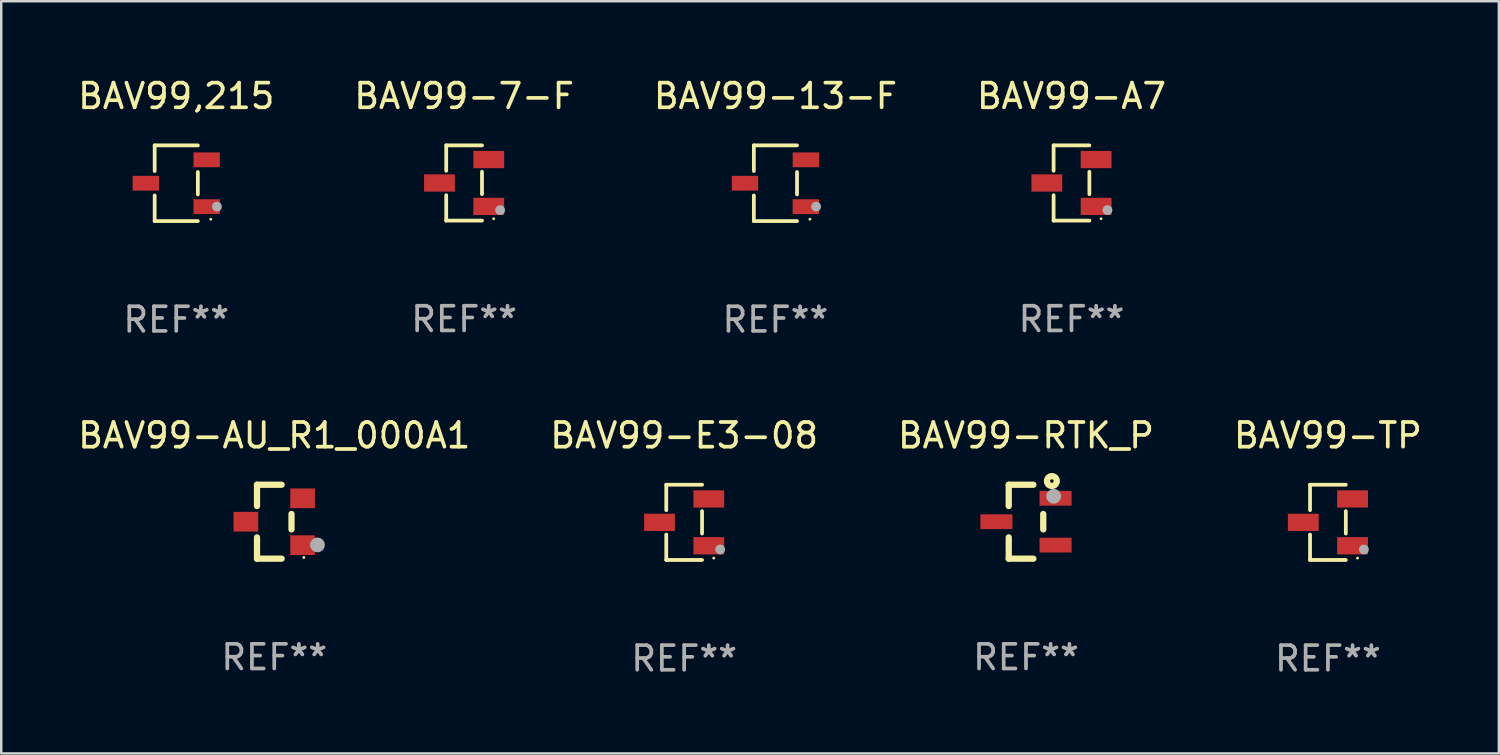
<source format=kicad_pcb>
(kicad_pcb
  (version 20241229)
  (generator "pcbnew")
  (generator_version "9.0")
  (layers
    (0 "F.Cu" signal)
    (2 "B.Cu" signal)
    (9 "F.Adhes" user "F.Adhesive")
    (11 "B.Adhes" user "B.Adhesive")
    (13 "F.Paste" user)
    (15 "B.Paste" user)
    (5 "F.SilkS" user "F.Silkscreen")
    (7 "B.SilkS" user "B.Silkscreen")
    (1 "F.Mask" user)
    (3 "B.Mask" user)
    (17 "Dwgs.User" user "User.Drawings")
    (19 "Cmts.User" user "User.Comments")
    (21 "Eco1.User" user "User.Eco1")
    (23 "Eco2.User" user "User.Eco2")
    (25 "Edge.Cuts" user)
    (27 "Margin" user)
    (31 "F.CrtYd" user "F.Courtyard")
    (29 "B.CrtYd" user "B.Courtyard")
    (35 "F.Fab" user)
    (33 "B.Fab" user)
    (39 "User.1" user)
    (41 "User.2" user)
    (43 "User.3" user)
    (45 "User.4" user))
  (footprint "BAV99-13-F"
    (layer "F.Cu")
    (at 28.411 4.384)
    (property "Reference" "BAV99-13-F" (at 0 -3.536 0) (layer "F.SilkS") (effects (font (size 1 1) (thickness 0.15))))
    (attr through_hole)
    (fp_line (start -0.876 -1.536) (end -0.876 -0.495) (stroke (width 0.152) (type solid)) (layer "F.SilkS"))
    (fp_line (start -0.876 1.536) (end -0.876 0.495) (stroke (width 0.152) (type solid)) (layer "F.SilkS"))
    (fp_line (start 0.876 -1.536) (end -0.876 -1.536) (stroke (width 0.152) (type solid)) (layer "F.SilkS"))
    (fp_line (start 0.876 -0.455) (end 0.876 0.455) (stroke (width 0.152) (type solid)) (layer "F.SilkS"))
    (fp_line (start 0.876 1.536) (end -0.876 1.536) (stroke (width 0.152) (type solid)) (layer "F.SilkS"))
    (fp_circle (center 1.4 1.46) (end 1.43 1.46) (stroke (width 0.06) (type solid)) (fill no) (layer "F.SilkS"))
    (fp_circle (center 1.651 0.95) (end 1.751 0.95) (stroke (width 0.2) (type solid)) (fill no) (layer "F.Fab"))
    (fp_text user "REF**" (at 0 5.536 0) (layer "F.Fab") (effects (font (size 1 1) (thickness 0.15))))
    (pad "1" smd rect (at 1.235 0.95) (size 1.07 0.6) (layers "F.Cu" "F.Mask" "F.Paste"))
    (pad "2" smd rect (at 1.235 -0.95) (size 1.07 0.6) (layers "F.Cu" "F.Mask" "F.Paste"))
    (pad "3" smd rect (at -1.235 0) (size 1.07 0.6) (layers "F.Cu" "F.Mask" "F.Paste")))
  (footprint "BAV99-E3-08"
    (layer "F.Cu")
    (at 24.708 18.143)
    (property "Reference" "BAV99-E3-08" (at 0 -3.526 0) (layer "F.SilkS") (effects (font (size 1 1) (thickness 0.15))))
    (attr through_hole)
    (fp_line (start -0.726 -1.526) (end -0.726 -0.495) (stroke (width 0.152) (type solid)) (layer "F.SilkS"))
    (fp_line (start -0.726 1.526) (end -0.726 0.495) (stroke (width 0.152) (type solid)) (layer "F.SilkS"))
    (fp_line (start 0.726 -1.526) (end -0.726 -1.526) (stroke (width 0.152) (type solid)) (layer "F.SilkS"))
    (fp_line (start 0.726 -0.455) (end 0.726 0.455) (stroke (width 0.152) (type solid)) (layer "F.SilkS"))
    (fp_line (start 0.726 1.526) (end -0.726 1.526) (stroke (width 0.152) (type solid)) (layer "F.SilkS"))
    (fp_circle (center 1.2 1.45) (end 1.23 1.45) (stroke (width 0.06) (type solid)) (fill no) (layer "F.SilkS"))
    (fp_circle (center 1.46 1.1) (end 1.56 1.1) (stroke (width 0.2) (type solid)) (fill no) (layer "F.Fab"))
    (fp_text user "REF**" (at 0 5.526 0) (layer "F.Fab") (effects (font (size 1 1) (thickness 0.15))))
    (pad "1" smd rect (at 1 0.95) (size 1.25 0.7) (layers "F.Cu" "F.Mask" "F.Paste"))
    (pad "2" smd rect (at 1 -0.95) (size 1.25 0.7) (layers "F.Cu" "F.Mask" "F.Paste"))
    (pad "3" smd rect (at -1 0) (size 1.25 0.7) (layers "F.Cu" "F.Mask" "F.Paste")))
  (footprint "BAV99-TP"
    (layer "F.Cu")
    (at 50.827 18.143)
    (property "Reference" "BAV99-TP" (at 0 -3.526 0) (layer "F.SilkS") (effects (font (size 1 1) (thickness 0.15))))
    (attr through_hole)
    (fp_line (start -0.726 -1.526) (end -0.726 -0.495) (stroke (width 0.152) (type solid)) (layer "F.SilkS"))
    (fp_line (start -0.726 1.526) (end -0.726 0.495) (stroke (width 0.152) (type solid)) (layer "F.SilkS"))
    (fp_line (start 0.726 -1.526) (end -0.726 -1.526) (stroke (width 0.152) (type solid)) (layer "F.SilkS"))
    (fp_line (start 0.726 -0.455) (end 0.726 0.455) (stroke (width 0.152) (type solid)) (layer "F.SilkS"))
    (fp_line (start 0.726 1.526) (end -0.726 1.526) (stroke (width 0.152) (type solid)) (layer "F.SilkS"))
    (fp_circle (center 1.2 1.45) (end 1.23 1.45) (stroke (width 0.06) (type solid)) (fill no) (layer "F.SilkS"))
    (fp_circle (center 1.46 1.1) (end 1.56 1.1) (stroke (width 0.2) (type solid)) (fill no) (layer "F.Fab"))
    (fp_text user "REF**" (at 0 5.526 0) (layer "F.Fab") (effects (font (size 1 1) (thickness 0.15))))
    (pad "1" smd rect (at 1 0.95) (size 1.25 0.7) (layers "F.Cu" "F.Mask" "F.Paste"))
    (pad "2" smd rect (at 1 -0.95) (size 1.25 0.7) (layers "F.Cu" "F.Mask" "F.Paste"))
    (pad "3" smd rect (at -1 0) (size 1.25 0.7) (layers "F.Cu" "F.Mask" "F.Paste")))
  (footprint "BAV99,215"
    (layer "F.Cu")
    (at 4.101 4.384)
    (property "Reference" "BAV99,215" (at 0 -3.536 0) (layer "F.SilkS") (effects (font (size 1 1) (thickness 0.15))))
    (attr through_hole)
    (fp_line (start -0.876 -1.536) (end -0.876 -0.495) (stroke (width 0.152) (type solid)) (layer "F.SilkS"))
    (fp_line (start -0.876 1.536) (end -0.876 0.495) (stroke (width 0.152) (type solid)) (layer "F.SilkS"))
    (fp_line (start 0.876 -1.536) (end -0.876 -1.536) (stroke (width 0.152) (type solid)) (layer "F.SilkS"))
    (fp_line (start 0.876 -0.455) (end 0.876 0.455) (stroke (width 0.152) (type solid)) (layer "F.SilkS"))
    (fp_line (start 0.876 1.536) (end -0.876 1.536) (stroke (width 0.152) (type solid)) (layer "F.SilkS"))
    (fp_circle (center 1.4 1.46) (end 1.43 1.46) (stroke (width 0.06) (type solid)) (fill no) (layer "F.SilkS"))
    (fp_circle (center 1.651 0.95) (end 1.751 0.95) (stroke (width 0.2) (type solid)) (fill no) (layer "F.Fab"))
    (fp_text user "REF**" (at 0 5.536 0) (layer "F.Fab") (effects (font (size 1 1) (thickness 0.15))))
    (pad "1" smd rect (at 1.235 0.95) (size 1.07 0.6) (layers "F.Cu" "F.Mask" "F.Paste"))
    (pad "2" smd rect (at 1.235 -0.95) (size 1.07 0.6) (layers "F.Cu" "F.Mask" "F.Paste"))
    (pad "3" smd rect (at -1.235 0) (size 1.07 0.6) (layers "F.Cu" "F.Mask" "F.Paste")))
  (footprint "BAV99-AU_R1_000A1"
    (layer "F.Cu")
    (at 8.077 18.117)
    (property "Reference" "BAV99-AU_R1_000A1" (at 0 -3.5 0) (layer "F.SilkS") (effects (font (size 1 1) (thickness 0.15))))
    (attr through_hole)
    (fp_line (start -0.7 -1.5) (end 0.3 -1.5) (stroke (width 0.254) (type solid)) (layer "F.SilkS"))
    (fp_line (start -0.7 -0.636) (end -0.7 -1.5) (stroke (width 0.254) (type solid)) (layer "F.SilkS"))
    (fp_line (start -0.7 1.5) (end -0.7 0.636) (stroke (width 0.254) (type solid)) (layer "F.SilkS"))
    (fp_line (start -0.7 1.5) (end 0.3 1.5) (stroke (width 0.254) (type solid)) (layer "F.SilkS"))
    (fp_line (start 0.7 0.314) (end 0.7 -0.314) (stroke (width 0.254) (type solid)) (layer "F.SilkS"))
    (fp_circle (center 1.2 1.45) (end 1.23 1.45) (stroke (width 0.06) (type solid)) (fill no) (layer "F.SilkS"))
    (fp_circle (center 1.753 0.94) (end 1.903 0.94) (stroke (width 0.3) (type solid)) (fill no) (layer "F.Fab"))
    (fp_text user "REF**" (at 0 5.5 0) (layer "F.Fab") (effects (font (size 1 1) (thickness 0.15))))
    (pad "1" smd rect (at 1.15 0.95 180) (size 1 0.8) (layers "F.Cu" "F.Mask" "F.Paste"))
    (pad "2" smd rect (at 1.15 -0.95 180) (size 1 0.8) (layers "F.Cu" "F.Mask" "F.Paste"))
    (pad "3" smd rect (at -1.15 -0.000051 180) (size 1 0.8) (layers "F.Cu" "F.Mask" "F.Paste")))
  (footprint "BAV99-A7"
    (layer "F.Cu")
    (at 40.423 4.374)
    (property "Reference" "BAV99-A7" (at 0 -3.526 0) (layer "F.SilkS") (effects (font (size 1 1) (thickness 0.15))))
    (attr through_hole)
    (fp_line (start -0.726 -1.526) (end -0.726 -0.495) (stroke (width 0.152) (type solid)) (layer "F.SilkS"))
    (fp_line (start -0.726 1.526) (end -0.726 0.495) (stroke (width 0.152) (type solid)) (layer "F.SilkS"))
    (fp_line (start 0.726 -1.526) (end -0.726 -1.526) (stroke (width 0.152) (type solid)) (layer "F.SilkS"))
    (fp_line (start 0.726 -0.455) (end 0.726 0.455) (stroke (width 0.152) (type solid)) (layer "F.SilkS"))
    (fp_line (start 0.726 1.526) (end -0.726 1.526) (stroke (width 0.152) (type solid)) (layer "F.SilkS"))
    (fp_circle (center 1.2 1.45) (end 1.23 1.45) (stroke (width 0.06) (type solid)) (fill no) (layer "F.SilkS"))
    (fp_circle (center 1.46 1.1) (end 1.56 1.1) (stroke (width 0.2) (type solid)) (fill no) (layer "F.Fab"))
    (fp_text user "REF**" (at 0 5.526 0) (layer "F.Fab") (effects (font (size 1 1) (thickness 0.15))))
    (pad "1" smd rect (at 1 0.95) (size 1.25 0.7) (layers "F.Cu" "F.Mask" "F.Paste"))
    (pad "2" smd rect (at 1 -0.95) (size 1.25 0.7) (layers "F.Cu" "F.Mask" "F.Paste"))
    (pad "3" smd rect (at -1 0) (size 1.25 0.7) (layers "F.Cu" "F.Mask" "F.Paste")))
  (footprint "BAV99-RTK_P"
    (layer "F.Cu")
    (at 38.577 18.117)
    (property "Reference" "BAV99-RTK_P" (at 0 -3.5 0) (layer "F.SilkS") (effects (font (size 1 1) (thickness 0.15))))
    (attr through_hole)
    (fp_line (start -0.7 -1.5) (end 0.3 -1.5) (stroke (width 0.254) (type solid)) (layer "F.SilkS"))
    (fp_line (start -0.7 -0.636) (end -0.7 -1.5) (stroke (width 0.254) (type solid)) (layer "F.SilkS"))
    (fp_line (start -0.7 1.5) (end -0.7 0.636) (stroke (width 0.254) (type solid)) (layer "F.SilkS"))
    (fp_line (start -0.7 1.5) (end 0.3 1.5) (stroke (width 0.254) (type solid)) (layer "F.SilkS"))
    (fp_line (start 0.7 0.314) (end 0.7 -0.314) (stroke (width 0.254) (type solid)) (layer "F.SilkS"))
    (fp_circle (center 1.05 -1.65) (end 1.122 -1.65) (stroke (width 0.254) (type solid)) (fill no) (layer "F.SilkS"))
    (fp_circle (center 1.2 -1.45) (end 1.23 -1.45) (stroke (width 0.06) (type solid)) (fill no) (layer "F.SilkS"))
    (fp_circle (center 1.123 -1.032) (end 1.273 -1.032) (stroke (width 0.3) (type solid)) (fill no) (layer "F.Fab"))
    (fp_text user "REF**" (at 0 5.5 0) (layer "F.Fab") (effects (font (size 1 1) (thickness 0.15))))
    (pad "1" smd rect (at 1.2 -0.95 180) (size 1.3 0.6) (layers "F.Cu" "F.Mask" "F.Paste"))
    (pad "2" smd rect (at 1.2 0.95 180) (size 1.3 0.6) (layers "F.Cu" "F.Mask" "F.Paste"))
    (pad "3" smd rect (at -1.2 -0.000051 180) (size 1.3 0.6) (layers "F.Cu" "F.Mask" "F.Paste")))
  (footprint "BAV99-7-F"
    (layer "F.Cu")
    (at 15.78 4.374)
    (property "Reference" "BAV99-7-F" (at 0 -3.526 0) (layer "F.SilkS") (effects (font (size 1 1) (thickness 0.15))))
    (attr through_hole)
    (fp_line (start -0.726 -1.526) (end -0.726 -0.495) (stroke (width 0.152) (type solid)) (layer "F.SilkS"))
    (fp_line (start -0.726 1.526) (end -0.726 0.495) (stroke (width 0.152) (type solid)) (layer "F.SilkS"))
    (fp_line (start 0.726 -1.526) (end -0.726 -1.526) (stroke (width 0.152) (type solid)) (layer "F.SilkS"))
    (fp_line (start 0.726 -0.455) (end 0.726 0.455) (stroke (width 0.152) (type solid)) (layer "F.SilkS"))
    (fp_line (start 0.726 1.526) (end -0.726 1.526) (stroke (width 0.152) (type solid)) (layer "F.SilkS"))
    (fp_circle (center 1.2 1.45) (end 1.23 1.45) (stroke (width 0.06) (type solid)) (fill no) (layer "F.SilkS"))
    (fp_circle (center 1.46 1.1) (end 1.56 1.1) (stroke (width 0.2) (type solid)) (fill no) (layer "F.Fab"))
    (fp_text user "REF**" (at 0 5.526 0) (layer "F.Fab") (effects (font (size 1 1) (thickness 0.15))))
    (pad "1" smd rect (at 1 0.95) (size 1.25 0.7) (layers "F.Cu" "F.Mask" "F.Paste"))
    (pad "2" smd rect (at 1 -0.95) (size 1.25 0.7) (layers "F.Cu" "F.Mask" "F.Paste"))
    (pad "3" smd rect (at -1 0) (size 1.25 0.7) (layers "F.Cu" "F.Mask" "F.Paste")))
  (gr_rect
    (start -3 -3)
    (end 57.762 27.518)
    (stroke (width 0.1) (type default))
    (fill no)
    (layer "Edge.Cuts")))
</source>
